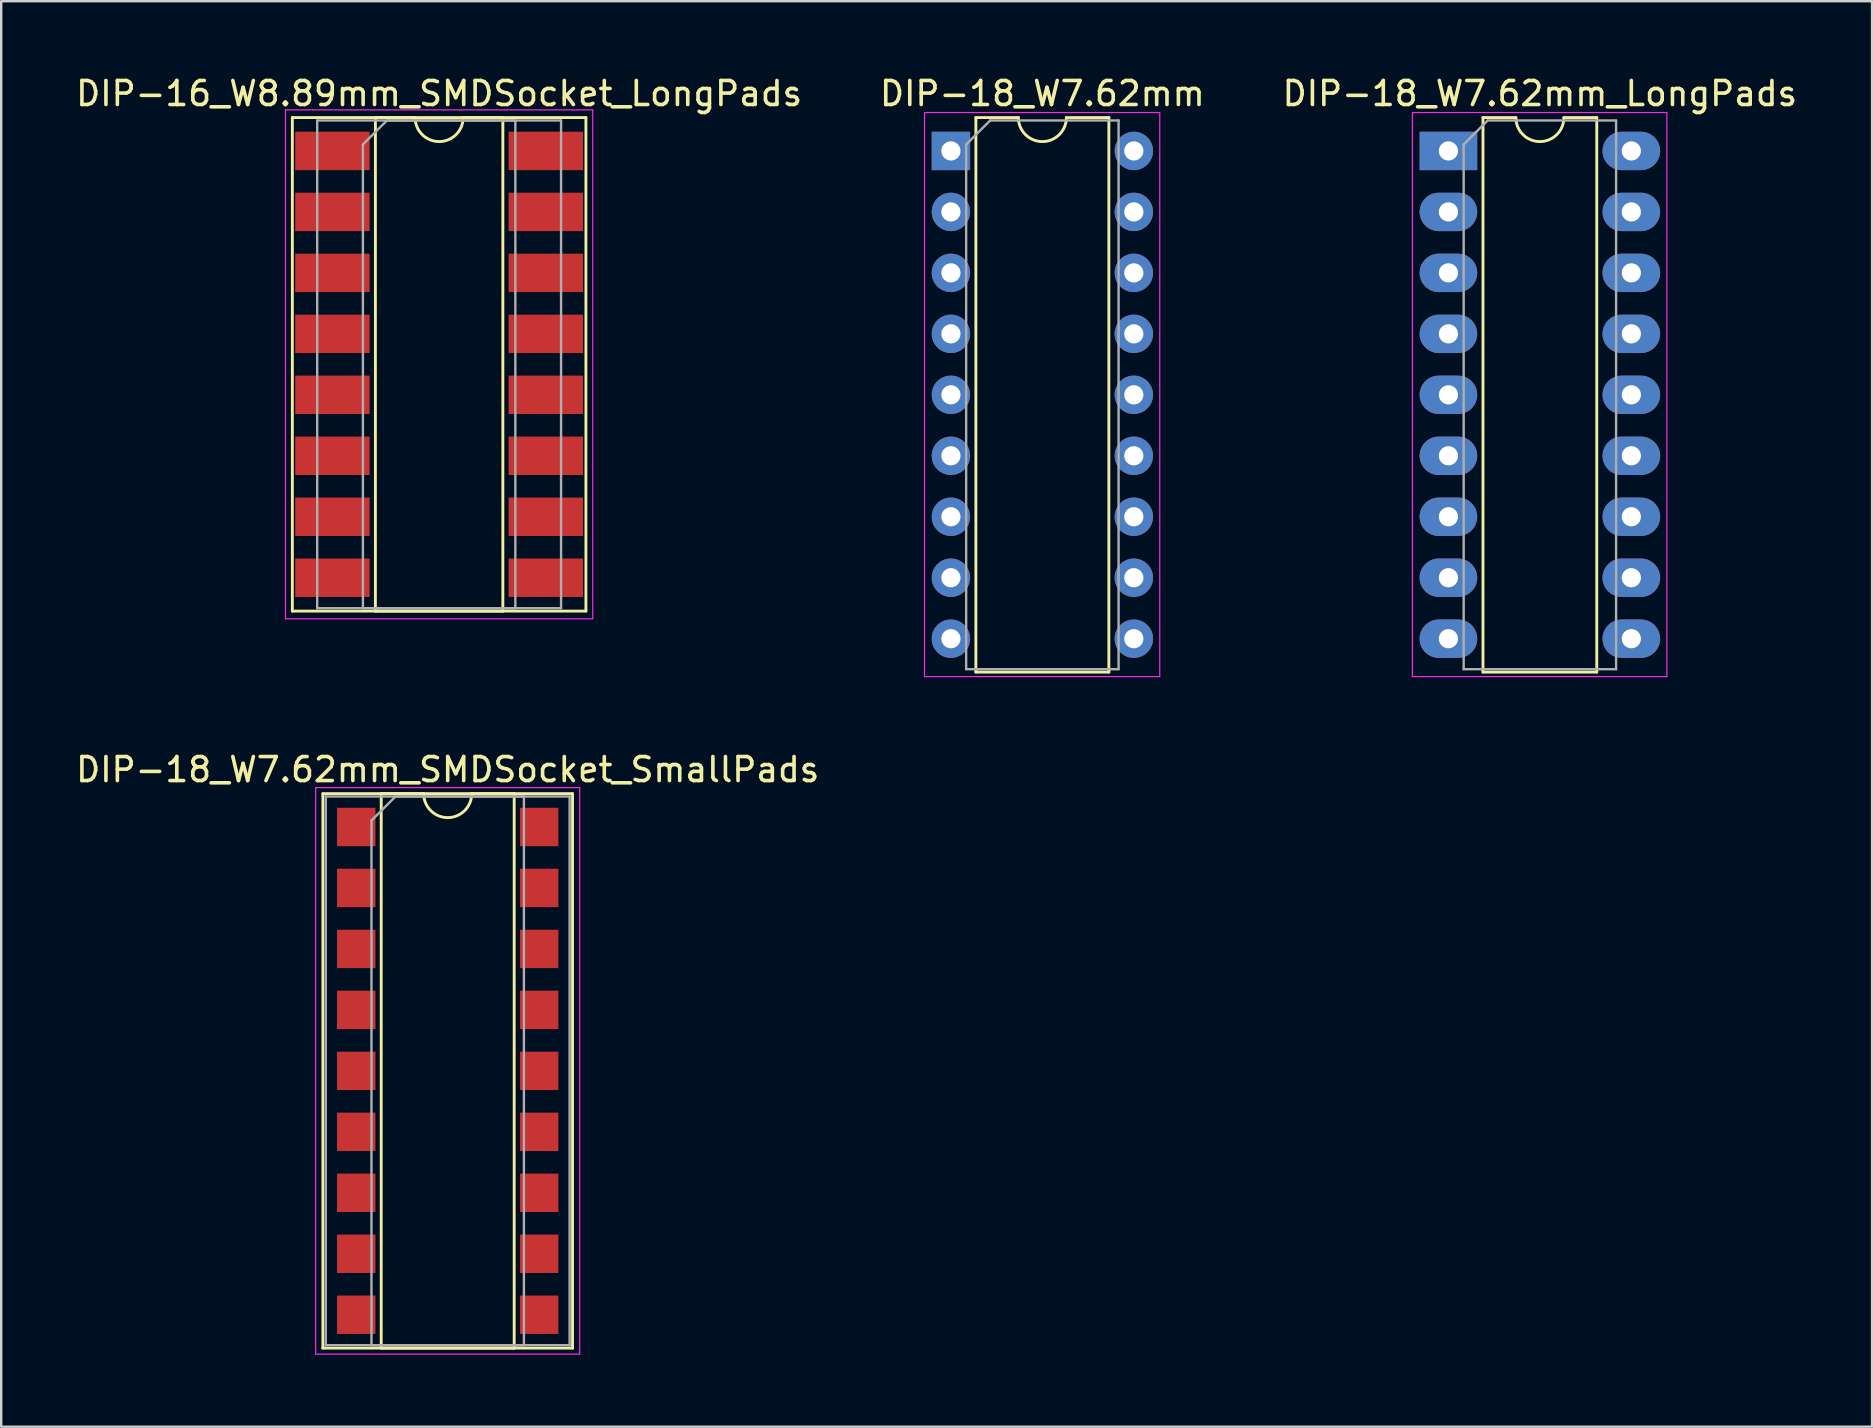
<source format=kicad_pcb>
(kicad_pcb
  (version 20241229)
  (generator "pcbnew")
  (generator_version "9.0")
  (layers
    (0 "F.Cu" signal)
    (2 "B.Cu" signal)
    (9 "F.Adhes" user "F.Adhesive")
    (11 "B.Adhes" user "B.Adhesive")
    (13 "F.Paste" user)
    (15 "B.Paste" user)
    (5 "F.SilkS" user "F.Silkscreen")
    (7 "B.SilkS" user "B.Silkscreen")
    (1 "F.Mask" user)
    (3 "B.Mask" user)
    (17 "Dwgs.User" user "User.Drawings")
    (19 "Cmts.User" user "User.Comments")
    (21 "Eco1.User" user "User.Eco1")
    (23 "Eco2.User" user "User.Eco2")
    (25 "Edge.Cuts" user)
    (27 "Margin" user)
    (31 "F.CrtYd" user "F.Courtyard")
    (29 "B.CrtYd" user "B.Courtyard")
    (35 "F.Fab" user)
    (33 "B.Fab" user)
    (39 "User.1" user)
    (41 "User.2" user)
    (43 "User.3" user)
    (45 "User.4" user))
  (footprint "DIP-18_W7.62mm"
    (layer "F.Cu")
    (at 36.565 3.238)
    (property "Reference" "DIP-18_W7.62mm" (at 3.81 -2.39 0) (layer "F.SilkS") (effects (font (size 1 1) (thickness 0.15))))
    (attr through_hole)
    (fp_line (start 1.04 -1.39) (end 1.04 21.71) (stroke (width 0.12) (type solid)) (layer "F.SilkS"))
    (fp_line (start 1.04 21.71) (end 6.58 21.71) (stroke (width 0.12) (type solid)) (layer "F.SilkS"))
    (fp_line (start 2.81 -1.39) (end 1.04 -1.39) (stroke (width 0.12) (type solid)) (layer "F.SilkS"))
    (fp_line (start 6.58 -1.39) (end 4.81 -1.39) (stroke (width 0.12) (type solid)) (layer "F.SilkS"))
    (fp_line (start 6.58 21.71) (end 6.58 -1.39) (stroke (width 0.12) (type solid)) (layer "F.SilkS"))
    (fp_arc (start 4.81 -1.39) (mid 3.81 -0.39) (end 2.81 -1.39) (stroke (width 0.12) (type solid)) (layer "F.SilkS"))
    (fp_line (start -1.1 -1.6) (end -1.1 21.9) (stroke (width 0.05) (type solid)) (layer "F.CrtYd"))
    (fp_line (start -1.1 21.9) (end 8.7 21.9) (stroke (width 0.05) (type solid)) (layer "F.CrtYd"))
    (fp_line (start 8.7 -1.6) (end -1.1 -1.6) (stroke (width 0.05) (type solid)) (layer "F.CrtYd"))
    (fp_line (start 8.7 21.9) (end 8.7 -1.6) (stroke (width 0.05) (type solid)) (layer "F.CrtYd"))
    (fp_line (start 0.635 -0.27) (end 1.635 -1.27) (stroke (width 0.1) (type solid)) (layer "F.Fab"))
    (fp_line (start 0.635 21.59) (end 0.635 -0.27) (stroke (width 0.1) (type solid)) (layer "F.Fab"))
    (fp_line (start 1.635 -1.27) (end 6.985 -1.27) (stroke (width 0.1) (type solid)) (layer "F.Fab"))
    (fp_line (start 6.985 -1.27) (end 6.985 21.59) (stroke (width 0.1) (type solid)) (layer "F.Fab"))
    (fp_line (start 6.985 21.59) (end 0.635 21.59) (stroke (width 0.1) (type solid)) (layer "F.Fab"))
    (pad "1" thru_hole rect (at 0 0) (size 1.6 1.6) (drill 0.8) (layers "*.Cu" "*.Mask"))
    (pad "2" thru_hole oval (at 0 2.54) (size 1.6 1.6) (drill 0.8) (layers "*.Cu" "*.Mask"))
    (pad "3" thru_hole oval (at 0 5.08) (size 1.6 1.6) (drill 0.8) (layers "*.Cu" "*.Mask"))
    (pad "4" thru_hole oval (at 0 7.62) (size 1.6 1.6) (drill 0.8) (layers "*.Cu" "*.Mask"))
    (pad "5" thru_hole oval (at 0 10.16) (size 1.6 1.6) (drill 0.8) (layers "*.Cu" "*.Mask"))
    (pad "6" thru_hole oval (at 0 12.7) (size 1.6 1.6) (drill 0.8) (layers "*.Cu" "*.Mask"))
    (pad "7" thru_hole oval (at 0 15.24) (size 1.6 1.6) (drill 0.8) (layers "*.Cu" "*.Mask"))
    (pad "8" thru_hole oval (at 0 17.78) (size 1.6 1.6) (drill 0.8) (layers "*.Cu" "*.Mask"))
    (pad "9" thru_hole oval (at 0 20.32) (size 1.6 1.6) (drill 0.8) (layers "*.Cu" "*.Mask"))
    (pad "10" thru_hole oval (at 7.62 20.32) (size 1.6 1.6) (drill 0.8) (layers "*.Cu" "*.Mask"))
    (pad "11" thru_hole oval (at 7.62 17.78) (size 1.6 1.6) (drill 0.8) (layers "*.Cu" "*.Mask"))
    (pad "12" thru_hole oval (at 7.62 15.24) (size 1.6 1.6) (drill 0.8) (layers "*.Cu" "*.Mask"))
    (pad "13" thru_hole oval (at 7.62 12.7) (size 1.6 1.6) (drill 0.8) (layers "*.Cu" "*.Mask"))
    (pad "14" thru_hole oval (at 7.62 10.16) (size 1.6 1.6) (drill 0.8) (layers "*.Cu" "*.Mask"))
    (pad "15" thru_hole oval (at 7.62 7.62) (size 1.6 1.6) (drill 0.8) (layers "*.Cu" "*.Mask"))
    (pad "16" thru_hole oval (at 7.62 5.08) (size 1.6 1.6) (drill 0.8) (layers "*.Cu" "*.Mask"))
    (pad "17" thru_hole oval (at 7.62 2.54) (size 1.6 1.6) (drill 0.8) (layers "*.Cu" "*.Mask"))
    (pad "18" thru_hole oval (at 7.62 0) (size 1.6 1.6) (drill 0.8) (layers "*.Cu" "*.Mask")))
  (footprint "DIP-18_W7.62mm_LongPads"
    (layer "F.Cu")
    (at 57.291 3.238)
    (property "Reference" "DIP-18_W7.62mm_LongPads" (at 3.81 -2.39 0) (layer "F.SilkS") (effects (font (size 1 1) (thickness 0.15))))
    (attr through_hole)
    (fp_line (start 1.44 -1.39) (end 1.44 21.71) (stroke (width 0.12) (type solid)) (layer "F.SilkS"))
    (fp_line (start 1.44 21.71) (end 6.18 21.71) (stroke (width 0.12) (type solid)) (layer "F.SilkS"))
    (fp_line (start 2.81 -1.39) (end 1.44 -1.39) (stroke (width 0.12) (type solid)) (layer "F.SilkS"))
    (fp_line (start 6.18 -1.39) (end 4.81 -1.39) (stroke (width 0.12) (type solid)) (layer "F.SilkS"))
    (fp_line (start 6.18 21.71) (end 6.18 -1.39) (stroke (width 0.12) (type solid)) (layer "F.SilkS"))
    (fp_arc (start 4.81 -1.39) (mid 3.81 -0.39) (end 2.81 -1.39) (stroke (width 0.12) (type solid)) (layer "F.SilkS"))
    (fp_line (start -1.5 -1.6) (end -1.5 21.9) (stroke (width 0.05) (type solid)) (layer "F.CrtYd"))
    (fp_line (start -1.5 21.9) (end 9.1 21.9) (stroke (width 0.05) (type solid)) (layer "F.CrtYd"))
    (fp_line (start 9.1 -1.6) (end -1.5 -1.6) (stroke (width 0.05) (type solid)) (layer "F.CrtYd"))
    (fp_line (start 9.1 21.9) (end 9.1 -1.6) (stroke (width 0.05) (type solid)) (layer "F.CrtYd"))
    (fp_line (start 0.635 -0.27) (end 1.635 -1.27) (stroke (width 0.1) (type solid)) (layer "F.Fab"))
    (fp_line (start 0.635 21.59) (end 0.635 -0.27) (stroke (width 0.1) (type solid)) (layer "F.Fab"))
    (fp_line (start 1.635 -1.27) (end 6.985 -1.27) (stroke (width 0.1) (type solid)) (layer "F.Fab"))
    (fp_line (start 6.985 -1.27) (end 6.985 21.59) (stroke (width 0.1) (type solid)) (layer "F.Fab"))
    (fp_line (start 6.985 21.59) (end 0.635 21.59) (stroke (width 0.1) (type solid)) (layer "F.Fab"))
    (pad "1" thru_hole rect (at 0 0) (size 2.4 1.6) (drill 0.8) (layers "*.Cu" "*.Mask"))
    (pad "2" thru_hole oval (at 0 2.54) (size 2.4 1.6) (drill 0.8) (layers "*.Cu" "*.Mask"))
    (pad "3" thru_hole oval (at 0 5.08) (size 2.4 1.6) (drill 0.8) (layers "*.Cu" "*.Mask"))
    (pad "4" thru_hole oval (at 0 7.62) (size 2.4 1.6) (drill 0.8) (layers "*.Cu" "*.Mask"))
    (pad "5" thru_hole oval (at 0 10.16) (size 2.4 1.6) (drill 0.8) (layers "*.Cu" "*.Mask"))
    (pad "6" thru_hole oval (at 0 12.7) (size 2.4 1.6) (drill 0.8) (layers "*.Cu" "*.Mask"))
    (pad "7" thru_hole oval (at 0 15.24) (size 2.4 1.6) (drill 0.8) (layers "*.Cu" "*.Mask"))
    (pad "8" thru_hole oval (at 0 17.78) (size 2.4 1.6) (drill 0.8) (layers "*.Cu" "*.Mask"))
    (pad "9" thru_hole oval (at 0 20.32) (size 2.4 1.6) (drill 0.8) (layers "*.Cu" "*.Mask"))
    (pad "10" thru_hole oval (at 7.62 20.32) (size 2.4 1.6) (drill 0.8) (layers "*.Cu" "*.Mask"))
    (pad "11" thru_hole oval (at 7.62 17.78) (size 2.4 1.6) (drill 0.8) (layers "*.Cu" "*.Mask"))
    (pad "12" thru_hole oval (at 7.62 15.24) (size 2.4 1.6) (drill 0.8) (layers "*.Cu" "*.Mask"))
    (pad "13" thru_hole oval (at 7.62 12.7) (size 2.4 1.6) (drill 0.8) (layers "*.Cu" "*.Mask"))
    (pad "14" thru_hole oval (at 7.62 10.16) (size 2.4 1.6) (drill 0.8) (layers "*.Cu" "*.Mask"))
    (pad "15" thru_hole oval (at 7.62 7.62) (size 2.4 1.6) (drill 0.8) (layers "*.Cu" "*.Mask"))
    (pad "16" thru_hole oval (at 7.62 5.08) (size 2.4 1.6) (drill 0.8) (layers "*.Cu" "*.Mask"))
    (pad "17" thru_hole oval (at 7.62 2.54) (size 2.4 1.6) (drill 0.8) (layers "*.Cu" "*.Mask"))
    (pad "18" thru_hole oval (at 7.62 0) (size 2.4 1.6) (drill 0.8) (layers "*.Cu" "*.Mask")))
  (footprint "DIP-18_W7.62mm_SMDSocket_SmallPads"
    (layer "F.Cu")
    (at 15.601 41.562)
    (property "Reference" "DIP-18_W7.62mm_SMDSocket_SmallPads" (at 0 -12.55 0) (layer "F.SilkS") (effects (font (size 1 1) (thickness 0.15))))
    (attr smd)
    (fp_line (start -5.2 -11.55) (end -5.2 11.55) (stroke (width 0.12) (type solid)) (layer "F.SilkS"))
    (fp_line (start -5.2 11.55) (end 5.2 11.55) (stroke (width 0.12) (type solid)) (layer "F.SilkS"))
    (fp_line (start -2.77 -11.55) (end -2.77 11.55) (stroke (width 0.12) (type solid)) (layer "F.SilkS"))
    (fp_line (start -2.77 11.55) (end 2.77 11.55) (stroke (width 0.12) (type solid)) (layer "F.SilkS"))
    (fp_line (start -1 -11.55) (end -2.77 -11.55) (stroke (width 0.12) (type solid)) (layer "F.SilkS"))
    (fp_line (start 2.77 -11.55) (end 1 -11.55) (stroke (width 0.12) (type solid)) (layer "F.SilkS"))
    (fp_line (start 2.77 11.55) (end 2.77 -11.55) (stroke (width 0.12) (type solid)) (layer "F.SilkS"))
    (fp_line (start 5.2 -11.55) (end -5.2 -11.55) (stroke (width 0.12) (type solid)) (layer "F.SilkS"))
    (fp_line (start 5.2 11.55) (end 5.2 -11.55) (stroke (width 0.12) (type solid)) (layer "F.SilkS"))
    (fp_arc (start 1 -11.55) (mid 0 -10.55) (end -1 -11.55) (stroke (width 0.12) (type solid)) (layer "F.SilkS"))
    (fp_line (start -5.5 -11.8) (end -5.5 11.8) (stroke (width 0.05) (type solid)) (layer "F.CrtYd"))
    (fp_line (start -5.5 11.8) (end 5.5 11.8) (stroke (width 0.05) (type solid)) (layer "F.CrtYd"))
    (fp_line (start 5.5 -11.8) (end -5.5 -11.8) (stroke (width 0.05) (type solid)) (layer "F.CrtYd"))
    (fp_line (start 5.5 11.8) (end 5.5 -11.8) (stroke (width 0.05) (type solid)) (layer "F.CrtYd"))
    (fp_line (start -5.08 -11.43) (end -5.08 11.43) (stroke (width 0.1) (type solid)) (layer "F.Fab"))
    (fp_line (start -5.08 11.43) (end 5.08 11.43) (stroke (width 0.1) (type solid)) (layer "F.Fab"))
    (fp_line (start -3.175 -10.43) (end -2.175 -11.43) (stroke (width 0.1) (type solid)) (layer "F.Fab"))
    (fp_line (start -3.175 11.43) (end -3.175 -10.43) (stroke (width 0.1) (type solid)) (layer "F.Fab"))
    (fp_line (start -2.175 -11.43) (end 3.175 -11.43) (stroke (width 0.1) (type solid)) (layer "F.Fab"))
    (fp_line (start 3.175 -11.43) (end 3.175 11.43) (stroke (width 0.1) (type solid)) (layer "F.Fab"))
    (fp_line (start 3.175 11.43) (end -3.175 11.43) (stroke (width 0.1) (type solid)) (layer "F.Fab"))
    (fp_line (start 5.08 -11.43) (end -5.08 -11.43) (stroke (width 0.1) (type solid)) (layer "F.Fab"))
    (fp_line (start 5.08 11.43) (end 5.08 -11.43) (stroke (width 0.1) (type solid)) (layer "F.Fab"))
    (pad "1" smd rect (at -3.81 -10.16) (size 1.6 1.6) (layers "F.Cu" "F.Mask"))
    (pad "2" smd rect (at -3.81 -7.62) (size 1.6 1.6) (layers "F.Cu" "F.Mask"))
    (pad "3" smd rect (at -3.81 -5.08) (size 1.6 1.6) (layers "F.Cu" "F.Mask"))
    (pad "4" smd rect (at -3.81 -2.54) (size 1.6 1.6) (layers "F.Cu" "F.Mask"))
    (pad "5" smd rect (at -3.81 0) (size 1.6 1.6) (layers "F.Cu" "F.Mask"))
    (pad "6" smd rect (at -3.81 2.54) (size 1.6 1.6) (layers "F.Cu" "F.Mask"))
    (pad "7" smd rect (at -3.81 5.08) (size 1.6 1.6) (layers "F.Cu" "F.Mask"))
    (pad "8" smd rect (at -3.81 7.62) (size 1.6 1.6) (layers "F.Cu" "F.Mask"))
    (pad "9" smd rect (at -3.81 10.16) (size 1.6 1.6) (layers "F.Cu" "F.Mask"))
    (pad "10" smd rect (at 3.81 10.16) (size 1.6 1.6) (layers "F.Cu" "F.Mask"))
    (pad "11" smd rect (at 3.81 7.62) (size 1.6 1.6) (layers "F.Cu" "F.Mask"))
    (pad "12" smd rect (at 3.81 5.08) (size 1.6 1.6) (layers "F.Cu" "F.Mask"))
    (pad "13" smd rect (at 3.81 2.54) (size 1.6 1.6) (layers "F.Cu" "F.Mask"))
    (pad "14" smd rect (at 3.81 0) (size 1.6 1.6) (layers "F.Cu" "F.Mask"))
    (pad "15" smd rect (at 3.81 -2.54) (size 1.6 1.6) (layers "F.Cu" "F.Mask"))
    (pad "16" smd rect (at 3.81 -5.08) (size 1.6 1.6) (layers "F.Cu" "F.Mask"))
    (pad "17" smd rect (at 3.81 -7.62) (size 1.6 1.6) (layers "F.Cu" "F.Mask"))
    (pad "18" smd rect (at 3.81 -10.16) (size 1.6 1.6) (layers "F.Cu" "F.Mask")))
  (footprint "DIP-16_W8.89mm_SMDSocket_LongPads"
    (layer "F.Cu")
    (at 15.244 12.128)
    (property "Reference" "DIP-16_W8.89mm_SMDSocket_LongPads" (at 0 -11.28 0) (layer "F.SilkS") (effects (font (size 1 1) (thickness 0.15))))
    (attr smd)
    (fp_line (start -6.115 -10.28) (end -6.115 10.28) (stroke (width 0.12) (type solid)) (layer "F.SilkS"))
    (fp_line (start -6.115 10.28) (end 6.115 10.28) (stroke (width 0.12) (type solid)) (layer "F.SilkS"))
    (fp_line (start -2.655 -10.28) (end -2.655 10.28) (stroke (width 0.12) (type solid)) (layer "F.SilkS"))
    (fp_line (start -2.655 10.28) (end 2.655 10.28) (stroke (width 0.12) (type solid)) (layer "F.SilkS"))
    (fp_line (start -1 -10.28) (end -2.655 -10.28) (stroke (width 0.12) (type solid)) (layer "F.SilkS"))
    (fp_line (start 2.655 -10.28) (end 1 -10.28) (stroke (width 0.12) (type solid)) (layer "F.SilkS"))
    (fp_line (start 2.655 10.28) (end 2.655 -10.28) (stroke (width 0.12) (type solid)) (layer "F.SilkS"))
    (fp_line (start 6.115 -10.28) (end -6.115 -10.28) (stroke (width 0.12) (type solid)) (layer "F.SilkS"))
    (fp_line (start 6.115 10.28) (end 6.115 -10.28) (stroke (width 0.12) (type solid)) (layer "F.SilkS"))
    (fp_arc (start 1 -10.28) (mid 0 -9.28) (end -1 -10.28) (stroke (width 0.12) (type solid)) (layer "F.SilkS"))
    (fp_line (start -6.4 -10.6) (end -6.4 10.6) (stroke (width 0.05) (type solid)) (layer "F.CrtYd"))
    (fp_line (start -6.4 10.6) (end 6.4 10.6) (stroke (width 0.05) (type solid)) (layer "F.CrtYd"))
    (fp_line (start 6.4 -10.6) (end -6.4 -10.6) (stroke (width 0.05) (type solid)) (layer "F.CrtYd"))
    (fp_line (start 6.4 10.6) (end 6.4 -10.6) (stroke (width 0.05) (type solid)) (layer "F.CrtYd"))
    (fp_line (start -5.08 -10.16) (end -5.08 10.16) (stroke (width 0.1) (type solid)) (layer "F.Fab"))
    (fp_line (start -5.08 10.16) (end 5.08 10.16) (stroke (width 0.1) (type solid)) (layer "F.Fab"))
    (fp_line (start -3.175 -9.16) (end -2.175 -10.16) (stroke (width 0.1) (type solid)) (layer "F.Fab"))
    (fp_line (start -3.175 10.16) (end -3.175 -9.16) (stroke (width 0.1) (type solid)) (layer "F.Fab"))
    (fp_line (start -2.175 -10.16) (end 3.175 -10.16) (stroke (width 0.1) (type solid)) (layer "F.Fab"))
    (fp_line (start 3.175 -10.16) (end 3.175 10.16) (stroke (width 0.1) (type solid)) (layer "F.Fab"))
    (fp_line (start 3.175 10.16) (end -3.175 10.16) (stroke (width 0.1) (type solid)) (layer "F.Fab"))
    (fp_line (start 5.08 -10.16) (end -5.08 -10.16) (stroke (width 0.1) (type solid)) (layer "F.Fab"))
    (fp_line (start 5.08 10.16) (end 5.08 -10.16) (stroke (width 0.1) (type solid)) (layer "F.Fab"))
    (pad "1" smd rect (at -4.445 -8.89) (size 3.1 1.6) (layers "F.Cu" "F.Mask"))
    (pad "2" smd rect (at -4.445 -6.35) (size 3.1 1.6) (layers "F.Cu" "F.Mask"))
    (pad "3" smd rect (at -4.445 -3.81) (size 3.1 1.6) (layers "F.Cu" "F.Mask"))
    (pad "4" smd rect (at -4.445 -1.27) (size 3.1 1.6) (layers "F.Cu" "F.Mask"))
    (pad "5" smd rect (at -4.445 1.27) (size 3.1 1.6) (layers "F.Cu" "F.Mask"))
    (pad "6" smd rect (at -4.445 3.81) (size 3.1 1.6) (layers "F.Cu" "F.Mask"))
    (pad "7" smd rect (at -4.445 6.35) (size 3.1 1.6) (layers "F.Cu" "F.Mask"))
    (pad "8" smd rect (at -4.445 8.89) (size 3.1 1.6) (layers "F.Cu" "F.Mask"))
    (pad "9" smd rect (at 4.445 8.89) (size 3.1 1.6) (layers "F.Cu" "F.Mask"))
    (pad "10" smd rect (at 4.445 6.35) (size 3.1 1.6) (layers "F.Cu" "F.Mask"))
    (pad "11" smd rect (at 4.445 3.81) (size 3.1 1.6) (layers "F.Cu" "F.Mask"))
    (pad "12" smd rect (at 4.445 1.27) (size 3.1 1.6) (layers "F.Cu" "F.Mask"))
    (pad "13" smd rect (at 4.445 -1.27) (size 3.1 1.6) (layers "F.Cu" "F.Mask"))
    (pad "14" smd rect (at 4.445 -3.81) (size 3.1 1.6) (layers "F.Cu" "F.Mask"))
    (pad "15" smd rect (at 4.445 -6.35) (size 3.1 1.6) (layers "F.Cu" "F.Mask"))
    (pad "16" smd rect (at 4.445 -8.89) (size 3.1 1.6) (layers "F.Cu" "F.Mask")))
  (gr_rect
    (start -3 -3)
    (end 74.94 56.386)
    (stroke (width 0.1) (type default))
    (fill no)
    (layer "Edge.Cuts")))
</source>
